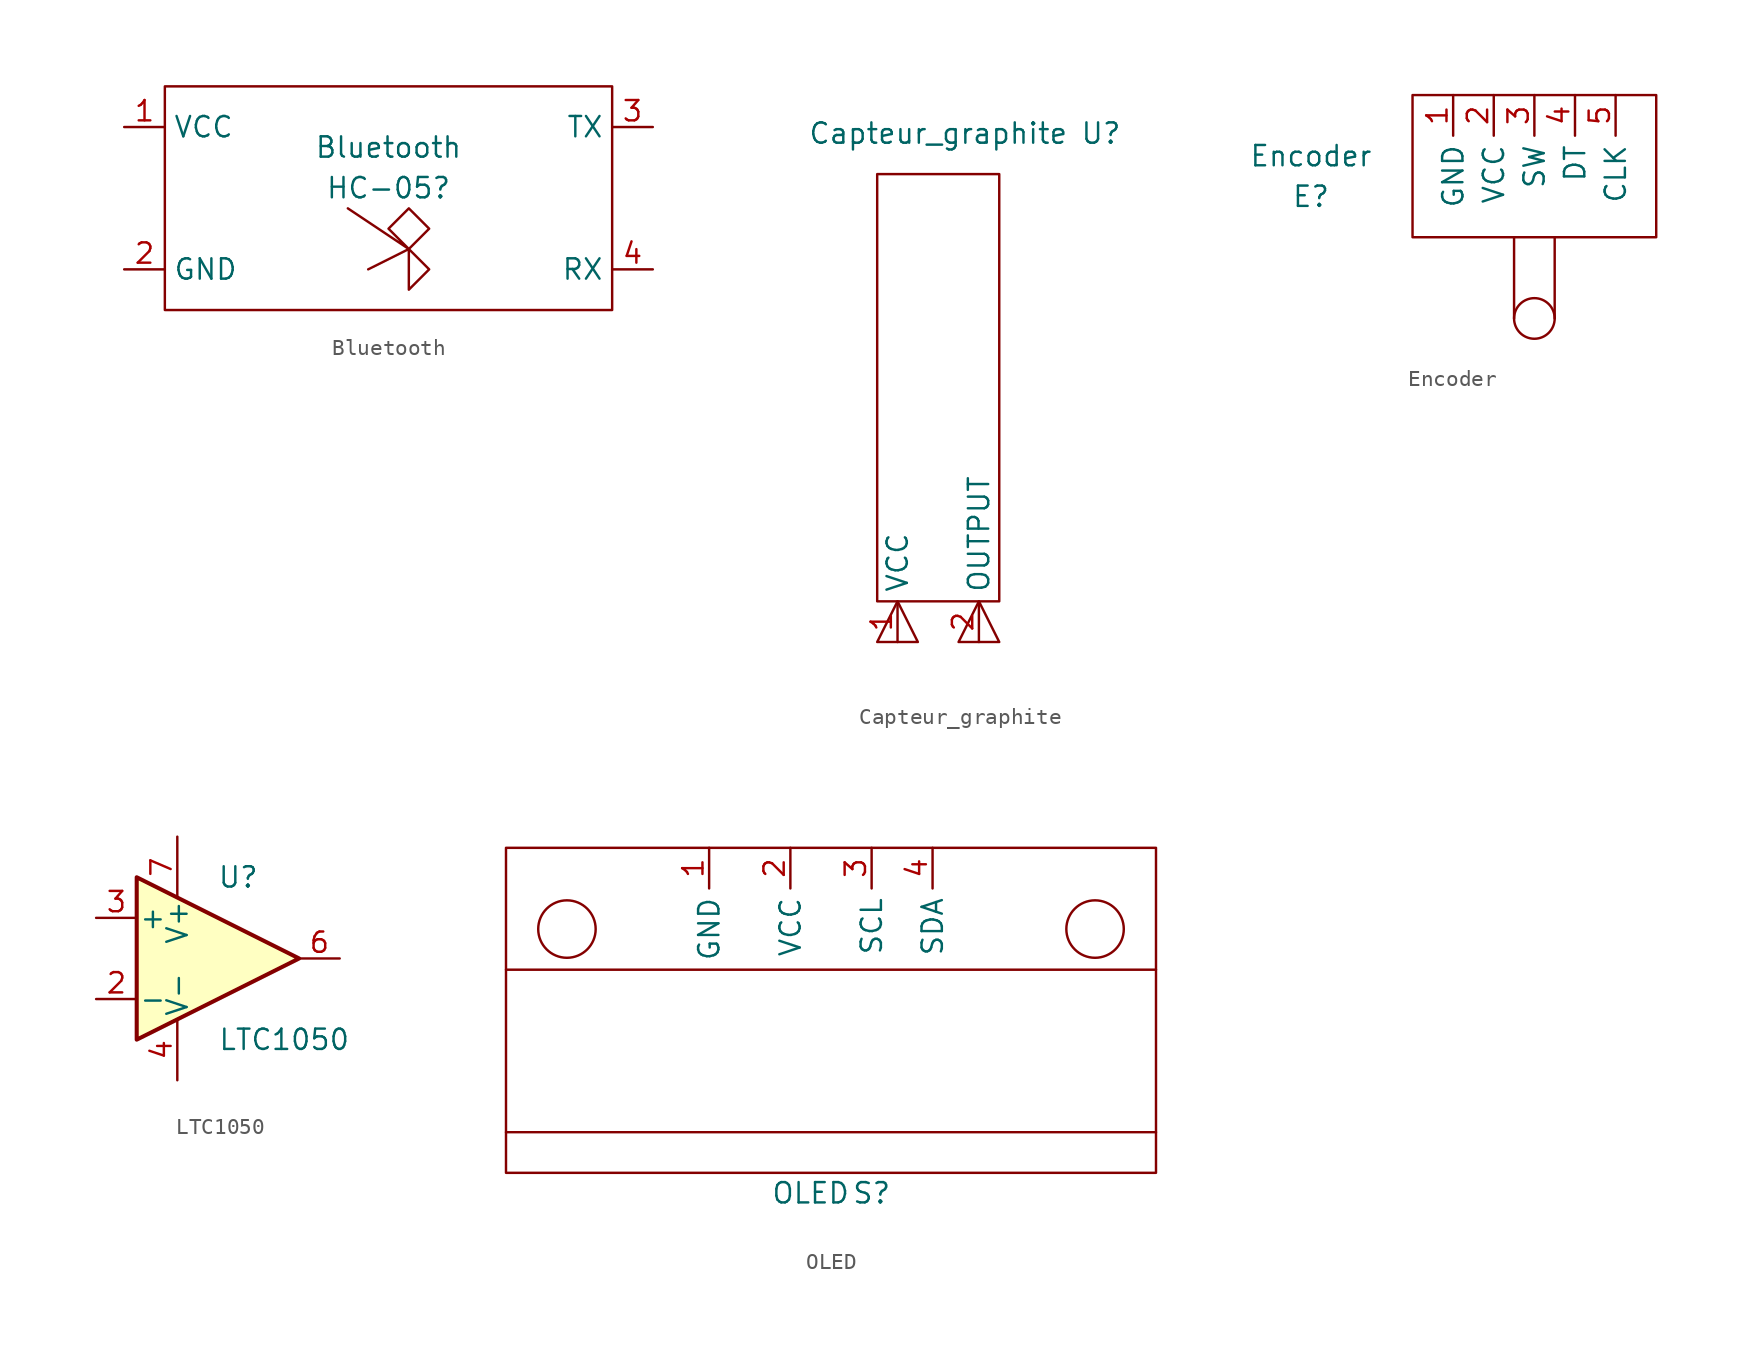
<source format=kicad_sym>
(kicad_symbol_lib
  (version 20211014)
  (generator kicad_symbol_editor)
  (symbol "Bluetooth"
    (property "Reference" "HC-05"
      (at 0 -1.27 0)
      (effects (font (size 1.27 1.27))))
    (property "Value" "Bluetooth"
      (at 0 1.27 0)
      (effects (font (size 1.27 1.27))))
    (symbol "Bluetooth_0_1"
      (rectangle (start -13.97 5.08) (end 13.97 -8.89) (stroke (width 0) (type default) (color 0 0 0 0)) (fill (type none)))
      (polyline (pts (xy -2.54 -2.54) (xy 1.27 -5.08) (xy 2.54 -3.81) (xy 1.27 -2.54) (xy 0 -3.81) (xy 2.54 -6.35) (xy 1.27 -7.62) (xy 1.27 -5.08) (xy -1.27 -6.35)) (stroke (width 0) (type default) (color 0 0 0 0)) (fill (type none))))
    (symbol "Bluetooth_1_1"
      (pin bidirectional line (at -16.51 2.54 0) (length 2.54) (name "VCC" (effects (font (size 1.27 1.27)))) (number "1" (effects (font (size 1.27 1.27)))))
      (pin bidirectional line (at -16.51 -6.35 0) (length 2.54) (name "GND" (effects (font (size 1.27 1.27)))) (number "2" (effects (font (size 1.27 1.27)))))
      (pin bidirectional line (at 16.51 2.54 180) (length 2.54) (name "TX" (effects (font (size 1.27 1.27)))) (number "3" (effects (font (size 1.27 1.27)))))
      (pin bidirectional line (at 16.51 -6.35 180) (length 2.54) (name "RX" (effects (font (size 1.27 1.27)))) (number "4" (effects (font (size 1.27 1.27)))))))
  (symbol "Capteur_graphite"
    (property "Reference" "U"
      (at 10.16 2.54 0)
      (effects (font (size 1.27 1.27))))
    (property "Value" "Capteur_graphite"
      (at 0 2.54 0)
      (effects (font (size 1.27 1.27))))
    (symbol "Capteur_graphite_0_1"
      (rectangle (start -3.81 0) (end 3.81 -26.67) (stroke (width 0) (type default) (color 0 0 0 0)) (fill (type none)))
      (polyline (pts (xy -2.54 -26.67) (xy -1.27 -29.21) (xy -3.81 -29.21) (xy -2.54 -26.67)) (stroke (width 0) (type default) (color 0 0 0 0)) (fill (type none)))
      (polyline (pts (xy 2.54 -26.67) (xy 3.81 -29.21) (xy 1.27 -29.21) (xy 2.54 -26.67)) (stroke (width 0) (type default) (color 0 0 0 0)) (fill (type none))))
    (symbol "Capteur_graphite_1_1"
      (pin input line (at -2.54 -29.21 90) (length 2.54) (name "VCC" (effects (font (size 1.27 1.27)))) (number "1" (effects (font (size 1.27 1.27)))))
      (pin output line (at 2.54 -29.21 90) (length 2.54) (name "OUTPUT" (effects (font (size 1.27 1.27)))) (number "2" (effects (font (size 1.27 1.27)))))))
  (symbol "Encoder"
    (property "Reference" "E"
      (at -11.43 -2.54 0)
      (effects (font (size 1.27 1.27))))
    (property "Value" "Encoder"
      (at -11.43 0 0)
      (effects (font (size 1.27 1.27))))
    (symbol "Encoder_0_1"
      (rectangle (start -5.08 3.81) (end 10.16 -5.08) (stroke (width 0) (type default) (color 0 0 0 0)) (fill (type none)))
      (polyline (pts (xy 1.27 -5.08) (xy 1.27 -10.16)) (stroke (width 0) (type default) (color 0 0 0 0)) (fill (type none)))
      (polyline (pts (xy 3.81 -10.16) (xy 3.81 -5.08)) (stroke (width 0) (type default) (color 0 0 0 0)) (fill (type none)))
      (circle (center 2.54 -10.16) (radius 1.27) (stroke (width 0) (type default) (color 0 0 0 0)) (fill (type none))))
    (symbol "Encoder_1_1"
      (pin bidirectional line (at -2.54 3.81 270) (length 2.54) (name "GND" (effects (font (size 1.27 1.27)))) (number "1" (effects (font (size 1.27 1.27)))))
      (pin bidirectional line (at 0 3.81 270) (length 2.54) (name "VCC" (effects (font (size 1.27 1.27)))) (number "2" (effects (font (size 1.27 1.27)))))
      (pin bidirectional line (at 2.54 3.81 270) (length 2.54) (name "SW" (effects (font (size 1.27 1.27)))) (number "3" (effects (font (size 1.27 1.27)))))
      (pin bidirectional line (at 5.08 3.81 270) (length 2.54) (name "DT" (effects (font (size 1.27 1.27)))) (number "4" (effects (font (size 1.27 1.27)))))
      (pin bidirectional line (at 7.62 3.81 270) (length 2.54) (name "CLK" (effects (font (size 1.27 1.27)))) (number "5" (effects (font (size 1.27 1.27)))))))
  (symbol "LTC1050"
    (pin_names
      (offset 0.127))
    (property "Reference" "U"
      (at 1.27 5.08 0)
      (effects (font (size 1.27 1.27))))
    (property "Value" "LTC1050"
      (at 0 -5.08 0)
      (effects (font (size 1.27 1.27)) (justify left)))
    (symbol "LTC1050_0_1"
      (polyline (pts (xy -5.08 5.08) (xy 5.08 0) (xy -5.08 -5.08) (xy -5.08 5.08)) (stroke (width 0.254) (type default) (color 0 0 0 0)) (fill (type background))))
    (symbol "LTC1050_1_1"
      (pin input line (at -7.62 -2.54 0) (length 2.54) (name "-" (effects (font (size 1.27 1.27)))) (number "2" (effects (font (size 1.27 1.27)))))
      (pin input line (at -7.62 2.54 0) (length 2.54) (name "+" (effects (font (size 1.27 1.27)))) (number "3" (effects (font (size 1.27 1.27)))))
      (pin power_in line (at -2.54 -7.62 90) (length 3.81) (name "V-" (effects (font (size 1.27 1.27)))) (number "4" (effects (font (size 1.27 1.27)))))
      (pin open_collector line (at 7.62 0 180) (length 2.54) (name "~" (effects (font (size 1.27 1.27)))) (number "6" (effects (font (size 1.27 1.27)))))
      (pin power_in line (at -2.54 7.62 270) (length 3.81) (name "V+" (effects (font (size 1.27 1.27)))) (number "7" (effects (font (size 1.27 1.27)))))))
  (symbol "OLED"
    (property "Reference" "S"
      (at 19.05 -20.32 0)
      (effects (font (size 1.27 1.27))))
    (property "Value" "OLED"
      (at 15.24 -20.32 0)
      (effects (font (size 1.27 1.27))))
    (symbol "OLED_0_1"
      (rectangle (start -3.81 -16.51) (end 36.83 -16.51) (stroke (width 0) (type default) (color 0 0 0 0)) (fill (type none)))
      (rectangle (start -3.81 -6.35) (end 36.83 -6.35) (stroke (width 0) (type default) (color 0 0 0 0)) (fill (type none)))
      (rectangle (start -3.81 1.27) (end 36.83 -19.05) (stroke (width 0) (type default) (color 0 0 0 0)) (fill (type none)))
      (circle (center 0 -3.81) (radius 1.796) (stroke (width 0) (type default) (color 0 0 0 0)) (fill (type none)))
      (circle (center 33.02 -3.81) (radius 1.796) (stroke (width 0) (type default) (color 0 0 0 0)) (fill (type none))))
    (symbol "OLED_1_1"
      (pin input line (at 8.89 1.27 270) (length 2.54) (name "GND" (effects (font (size 1.27 1.27)))) (number "1" (effects (font (size 1.27 1.27)))))
      (pin input line (at 13.97 1.27 270) (length 2.54) (name "VCC" (effects (font (size 1.27 1.27)))) (number "2" (effects (font (size 1.27 1.27)))))
      (pin bidirectional line (at 19.05 1.27 270) (length 2.54) (name "SCL" (effects (font (size 1.27 1.27)))) (number "3" (effects (font (size 1.27 1.27)))))
      (pin bidirectional line (at 22.86 1.27 270) (length 2.54) (name "SDA" (effects (font (size 1.27 1.27)))) (number "4" (effects (font (size 1.27 1.27))))))))
</source>
